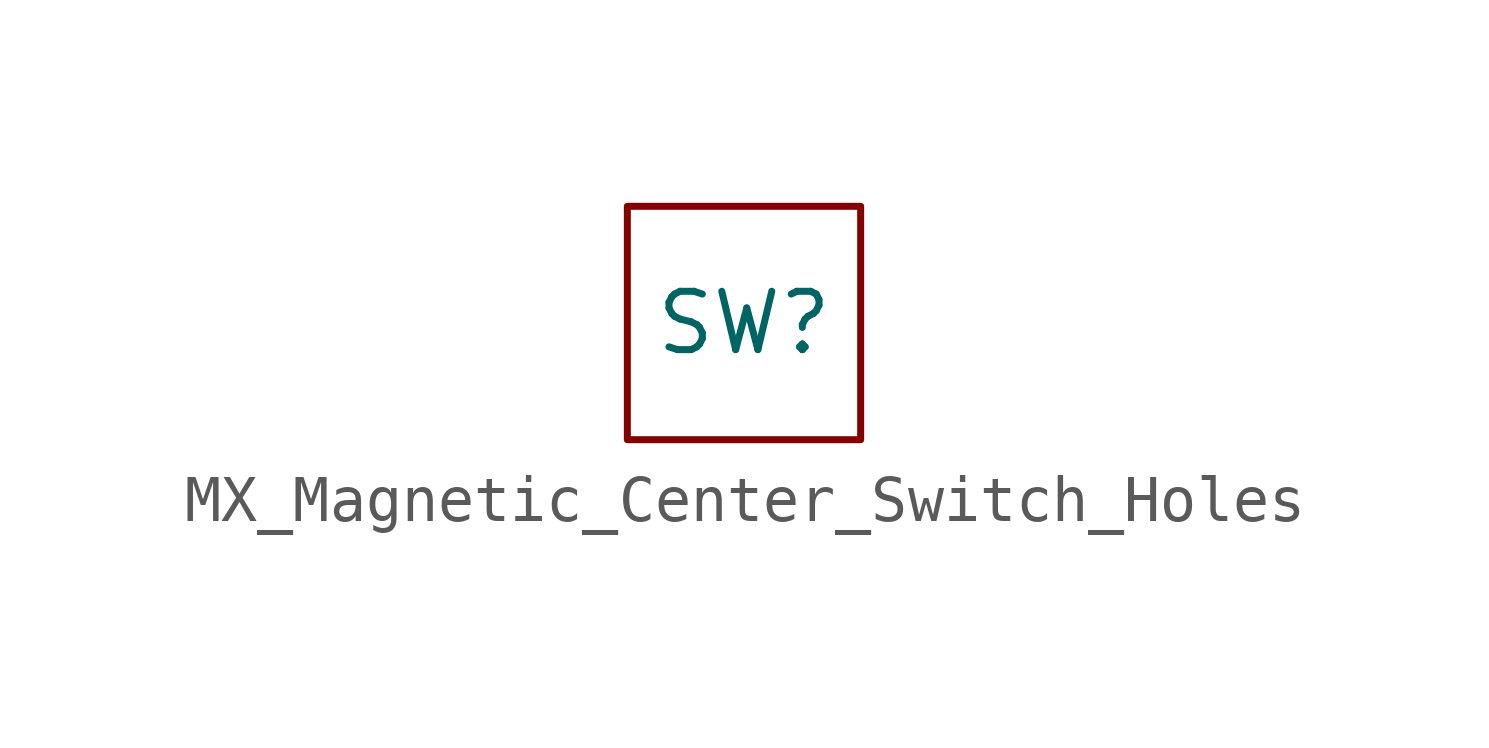
<source format=kicad_sym>
(kicad_symbol_lib
  (version 20231120)
  (generator "kicad_symbol_editor")
  (generator_version "8.0")
  (symbol "MX_Magnetic_Center_Switch_Holes"
    (property "Reference" "SW"
      (at 0 0 0)
      (effects (font (size 1.27 1.27))))
    (property "Value" ""
      (at 0 0 0)
      (effects (font (size 1.27 1.27))))
    (symbol "MX_Magnetic_Center_Switch_Holes_0_1"
      (rectangle (start -2.54 2.54) (end 2.54 -2.54) (stroke (width 0) (type default)) (fill (type none))))))
</source>
